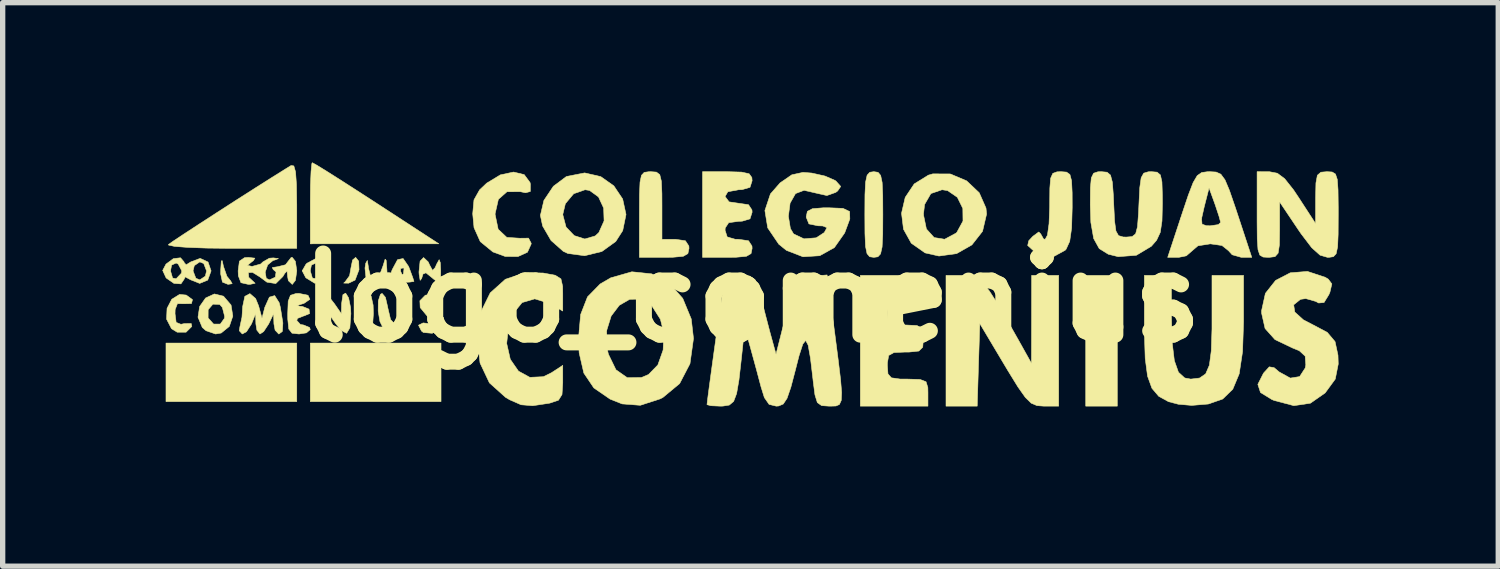
<source format=kicad_pcb>
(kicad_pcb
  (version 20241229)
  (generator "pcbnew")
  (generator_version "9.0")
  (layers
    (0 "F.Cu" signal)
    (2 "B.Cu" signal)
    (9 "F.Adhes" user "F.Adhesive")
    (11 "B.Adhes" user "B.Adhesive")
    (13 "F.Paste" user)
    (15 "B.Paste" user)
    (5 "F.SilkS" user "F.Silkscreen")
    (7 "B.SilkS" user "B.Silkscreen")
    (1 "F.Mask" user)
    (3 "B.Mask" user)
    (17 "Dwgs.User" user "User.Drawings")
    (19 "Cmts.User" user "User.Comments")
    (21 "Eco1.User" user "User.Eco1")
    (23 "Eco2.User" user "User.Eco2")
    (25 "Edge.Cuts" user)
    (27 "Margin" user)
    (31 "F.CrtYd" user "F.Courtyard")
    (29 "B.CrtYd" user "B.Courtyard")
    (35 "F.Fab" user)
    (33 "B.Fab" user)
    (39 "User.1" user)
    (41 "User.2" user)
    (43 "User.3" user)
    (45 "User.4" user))
  (footprint "logo_comenius"
    (layer "F.Cu")
    (at 11.074 2.545)
    (property "Reference" "logo_comenius" (at 0 0 0) (layer "F.SilkS") (effects (font (size 1.524 1.524) (thickness 0.3))))
    (attr through_hole)
    (fp_poly (pts (xy -8.551 1.947) (xy -11.007 1.947) (xy -11.007 0.847) (xy -8.551 0.847) (xy -8.551 1.947)) (stroke (width 0.01) (type solid)) (fill yes) (layer "F.SilkS"))
    (fp_poly (pts (xy -5.842 1.947) (xy -8.297 1.947) (xy -8.297 0.847) (xy -5.842 0.847) (xy -5.842 1.947)) (stroke (width 0.01) (type solid)) (fill yes) (layer "F.SilkS"))
    (fp_poly (pts (xy 6.858 2.032) (xy 6.265 2.032) (xy 6.265 -0.423) (xy 6.858 -0.423) (xy 6.858 2.032)) (stroke (width 0.01) (type solid)) (fill yes) (layer "F.SilkS"))
    (fp_poly (pts (xy -9.928 -0.593) (xy -9.863 -0.407) (xy -9.792 -0.319) (xy -9.764 -0.267) (xy -9.842 -0.255) (xy -9.947 -0.297) (xy -9.98 -0.451) (xy -9.979 -0.529) (xy -9.968 -0.695) (xy -9.951 -0.7) (xy -9.928 -0.593)) (stroke (width 0.01) (type solid)) (fill yes) (layer "F.SilkS"))
    (fp_poly (pts (xy -7.388 -0.69) (xy -7.382 -0.53) (xy -7.456 -0.335) (xy -7.578 -0.277) (xy -7.67 -0.279) (xy -7.641 -0.305) (xy -7.559 -0.418) (xy -7.535 -0.557) (xy -7.503 -0.713) (xy -7.445 -0.762) (xy -7.388 -0.69)) (stroke (width 0.01) (type solid)) (fill yes) (layer "F.SilkS"))
    (fp_poly (pts (xy -7.155 -0.035) (xy -7.117 0.135) (xy -7.112 0.296) (xy -7.129 0.547) (xy -7.185 0.662) (xy -7.239 0.677) (xy -7.323 0.627) (xy -7.361 0.458) (xy -7.366 0.296) (xy -7.349 0.045) (xy -7.293 -0.069) (xy -7.239 -0.085) (xy -7.155 -0.035)) (stroke (width 0.01) (type solid)) (fill yes) (layer "F.SilkS"))
    (fp_poly (pts (xy -8.18 -2.496) (xy -7.983 -2.375) (xy -7.693 -2.191) (xy -7.335 -1.961) (xy -7.054 -1.779) (xy -5.884 -1.017) (xy -7.091 -1.017) (xy -8.297 -1.016) (xy -8.297 -1.778) (xy -8.294 -2.114) (xy -8.283 -2.374) (xy -8.268 -2.521) (xy -8.26 -2.54) (xy -8.18 -2.496)) (stroke (width 0.01) (type solid)) (fill yes) (layer "F.SilkS"))
    (fp_poly (pts (xy -10.627 -0.054) (xy -10.509 0.032) (xy -10.529 0.106) (xy -10.668 0.109) (xy -10.792 0.107) (xy -10.835 0.218) (xy -10.837 0.296) (xy -10.816 0.459) (xy -10.726 0.495) (xy -10.663 0.482) (xy -10.533 0.48) (xy -10.522 0.536) (xy -10.63 0.643) (xy -10.797 0.643) (xy -10.903 0.578) (xy -10.996 0.398) (xy -10.987 0.196) (xy -10.898 0.024) (xy -10.752 -0.066) (xy -10.627 -0.054)) (stroke (width 0.01) (type solid)) (fill yes) (layer "F.SilkS"))
    (fp_poly (pts (xy -6.083 -0.677) (xy -6.054 -0.614) (xy -6.001 -0.517) (xy -5.952 -0.57) (xy -5.924 -0.635) (xy -5.877 -0.719) (xy -5.855 -0.661) (xy -5.848 -0.516) (xy -5.85 -0.328) (xy -5.888 -0.284) (xy -5.987 -0.359) (xy -6.004 -0.374) (xy -6.125 -0.472) (xy -6.18 -0.449) (xy -6.206 -0.366) (xy -6.234 -0.33) (xy -6.253 -0.443) (xy -6.256 -0.487) (xy -6.235 -0.691) (xy -6.17 -0.759) (xy -6.083 -0.677)) (stroke (width 0.01) (type solid)) (fill yes) (layer "F.SilkS"))
    (fp_poly (pts (xy 2.365 -2.359) (xy 2.414 -2.301) (xy 2.442 -2.167) (xy 2.453 -1.925) (xy 2.455 -1.566) (xy 2.453 -1.192) (xy 2.441 -0.957) (xy 2.412 -0.827) (xy 2.362 -0.773) (xy 2.286 -0.762) (xy 2.207 -0.774) (xy 2.158 -0.832) (xy 2.13 -0.966) (xy 2.119 -1.208) (xy 2.117 -1.566) (xy 2.119 -1.94) (xy 2.131 -2.176) (xy 2.16 -2.306) (xy 2.21 -2.36) (xy 2.286 -2.371) (xy 2.365 -2.359)) (stroke (width 0.01) (type solid)) (fill yes) (layer "F.SilkS"))
    (fp_poly (pts (xy -8.606 -2.479) (xy -8.574 -2.368) (xy -8.557 -2.132) (xy -8.551 -1.748) (xy -8.551 -1.741) (xy -8.551 -0.931) (xy -9.796 -0.931) (xy -10.24 -0.936) (xy -10.598 -0.949) (xy -10.846 -0.968) (xy -10.959 -0.993) (xy -10.96 -1.004) (xy -10.871 -1.067) (xy -10.669 -1.201) (xy -10.384 -1.387) (xy -10.046 -1.606) (xy -9.686 -1.838) (xy -9.333 -2.063) (xy -9.017 -2.263) (xy -8.769 -2.418) (xy -8.657 -2.487) (xy -8.606 -2.479)) (stroke (width 0.01) (type solid)) (fill yes) (layer "F.SilkS"))
    (fp_poly (pts (xy -8.041 -0.701) (xy -7.971 -0.552) (xy -7.974 -0.488) (xy -8.06 -0.317) (xy -8.214 -0.276) (xy -8.379 -0.378) (xy -8.383 -0.382) (xy -8.448 -0.508) (xy -8.297 -0.508) (xy -8.258 -0.374) (xy -8.191 -0.36) (xy -8.093 -0.464) (xy -8.086 -0.508) (xy -8.152 -0.635) (xy -8.191 -0.656) (xy -8.276 -0.617) (xy -8.297 -0.508) (xy -8.448 -0.508) (xy -8.449 -0.509) (xy -8.38 -0.63) (xy -8.36 -0.651) (xy -8.189 -0.742) (xy -8.041 -0.701)) (stroke (width 0.01) (type solid)) (fill yes) (layer "F.SilkS"))
    (fp_poly (pts (xy -7.578 -0.002) (xy -7.541 0.179) (xy -7.535 0.296) (xy -7.554 0.561) (xy -7.615 0.664) (xy -7.721 0.607) (xy -7.817 0.487) (xy -7.95 0.296) (xy -7.954 0.487) (xy -7.98 0.655) (xy -8.03 0.683) (xy -8.085 0.595) (xy -8.122 0.413) (xy -8.128 0.296) (xy -8.109 0.031) (xy -8.048 -0.071) (xy -7.942 -0.015) (xy -7.846 0.106) (xy -7.714 0.296) (xy -7.709 0.106) (xy -7.684 -0.062) (xy -7.633 -0.09) (xy -7.578 -0.002)) (stroke (width 0.01) (type solid)) (fill yes) (layer "F.SilkS"))
    (fp_poly (pts (xy -1.797 -2.363) (xy -1.734 -2.315) (xy -1.704 -2.192) (xy -1.694 -1.959) (xy -1.693 -1.736) (xy -1.693 -1.101) (xy -1.439 -1.101) (xy -1.253 -1.074) (xy -1.188 -0.975) (xy -1.185 -0.931) (xy -1.206 -0.833) (xy -1.293 -0.782) (xy -1.488 -0.764) (xy -1.651 -0.762) (xy -2.117 -0.762) (xy -2.117 -1.566) (xy -2.115 -1.939) (xy -2.105 -2.174) (xy -2.078 -2.303) (xy -2.026 -2.358) (xy -1.941 -2.37) (xy -1.905 -2.371) (xy -1.797 -2.363)) (stroke (width 0.01) (type solid)) (fill yes) (layer "F.SilkS"))
    (fp_poly (pts (xy -6.462 -0.008) (xy -6.447 0.195) (xy -6.451 0.275) (xy -6.486 0.514) (xy -6.56 0.629) (xy -6.647 0.659) (xy -6.838 0.632) (xy -6.922 0.579) (xy -6.989 0.444) (xy -7.022 0.248) (xy -7.02 0.055) (xy -6.979 -0.069) (xy -6.948 -0.085) (xy -6.886 -0.011) (xy -6.844 0.169) (xy -6.842 0.184) (xy -6.789 0.406) (xy -6.71 0.49) (xy -6.637 0.432) (xy -6.604 0.226) (xy -6.604 0.219) (xy -6.582 0.02) (xy -6.528 -0.081) (xy -6.514 -0.085) (xy -6.462 -0.008)) (stroke (width 0.01) (type solid)) (fill yes) (layer "F.SilkS"))
    (fp_poly (pts (xy -5.87 -0.034) (xy -5.842 0.04) (xy -5.9 0.126) (xy -5.99 0.116) (xy -6.051 0.118) (xy -5.968 0.207) (xy -5.931 0.238) (xy -5.796 0.37) (xy -5.787 0.472) (xy -5.835 0.542) (xy -6.006 0.664) (xy -6.173 0.649) (xy -6.209 0.621) (xy -6.265 0.512) (xy -6.178 0.469) (xy -6.075 0.481) (xy -5.95 0.504) (xy -5.95 0.474) (xy -6.079 0.364) (xy -6.088 0.357) (xy -6.233 0.181) (xy -6.239 0.053) (xy -6.137 -0.051) (xy -5.99 -0.081) (xy -5.87 -0.034)) (stroke (width 0.01) (type solid)) (fill yes) (layer "F.SilkS"))
    (fp_poly (pts (xy -9.927 -0.033) (xy -9.785 0.133) (xy -9.752 0.341) (xy -9.818 0.535) (xy -9.971 0.659) (xy -10.075 0.677) (xy -10.254 0.616) (xy -10.325 0.555) (xy -10.4 0.375) (xy -10.216 0.375) (xy -10.216 0.375) (xy -10.113 0.491) (xy -9.987 0.491) (xy -9.909 0.382) (xy -9.906 0.344) (xy -9.948 0.179) (xy -9.998 0.122) (xy -10.126 0.117) (xy -10.215 0.221) (xy -10.216 0.375) (xy -10.4 0.375) (xy -10.406 0.361) (xy -10.375 0.161) (xy -10.263 0.001) (xy -10.098 -0.075) (xy -9.927 -0.033)) (stroke (width 0.01) (type solid)) (fill yes) (layer "F.SilkS"))
    (fp_poly (pts (xy 4.097 -0.415) (xy 4.214 -0.378) (xy 4.328 -0.289) (xy 4.457 -0.128) (xy 4.62 0.125) (xy 4.833 0.493) (xy 5.009 0.804) (xy 5.246 1.228) (xy 5.248 0.402) (xy 5.249 -0.423) (xy 5.757 -0.423) (xy 5.757 2.032) (xy 5.479 2.032) (xy 5.349 2.022) (xy 5.241 1.976) (xy 5.13 1.867) (xy 4.991 1.67) (xy 4.799 1.358) (xy 4.738 1.256) (xy 4.276 0.481) (xy 4.251 1.256) (xy 4.227 2.032) (xy 3.641 2.032) (xy 3.641 -0.423) (xy 3.959 -0.423) (xy 4.097 -0.415)) (stroke (width 0.01) (type solid)) (fill yes) (layer "F.SilkS"))
    (fp_poly (pts (xy -8.34 -0.05) (xy -8.305 0.026) (xy -8.417 0.103) (xy -8.445 0.111) (xy -8.55 0.143) (xy -8.49 0.156) (xy -8.445 0.16) (xy -8.321 0.21) (xy -8.309 0.293) (xy -8.419 0.339) (xy -8.424 0.339) (xy -8.537 0.384) (xy -8.551 0.423) (xy -8.483 0.498) (xy -8.424 0.508) (xy -8.312 0.554) (xy -8.297 0.593) (xy -8.37 0.656) (xy -8.509 0.677) (xy -8.64 0.662) (xy -8.701 0.584) (xy -8.72 0.399) (xy -8.721 0.296) (xy -8.712 0.061) (xy -8.669 -0.05) (xy -8.566 -0.083) (xy -8.509 -0.085) (xy -8.34 -0.05)) (stroke (width 0.01) (type solid)) (fill yes) (layer "F.SilkS"))
    (fp_poly (pts (xy -4.28 -2.316) (xy -4.17 -2.167) (xy -4.164 -2.135) (xy -4.165 -1.999) (xy -4.255 -1.975) (xy -4.355 -1.996) (xy -4.604 -1.994) (xy -4.765 -1.852) (xy -4.826 -1.583) (xy -4.826 -1.566) (xy -4.769 -1.29) (xy -4.607 -1.137) (xy -4.361 -1.121) (xy -4.199 -1.123) (xy -4.149 -1.028) (xy -4.149 -1.013) (xy -4.219 -0.858) (xy -4.398 -0.777) (xy -4.636 -0.779) (xy -4.868 -0.864) (xy -5.105 -1.058) (xy -5.222 -1.319) (xy -5.247 -1.58) (xy -5.223 -1.842) (xy -5.118 -2.029) (xy -4.984 -2.156) (xy -4.728 -2.311) (xy -4.479 -2.364) (xy -4.28 -2.316)) (stroke (width 0.01) (type solid)) (fill yes) (layer "F.SilkS"))
    (fp_poly (pts (xy 5.905 -2.363) (xy 5.968 -2.318) (xy 5.999 -2.201) (xy 6.01 -1.976) (xy 6.011 -1.699) (xy 6 -1.313) (xy 5.964 -1.063) (xy 5.897 -0.916) (xy 5.878 -0.895) (xy 5.654 -0.773) (xy 5.402 -0.814) (xy 5.287 -0.884) (xy 5.175 -0.985) (xy 5.195 -1.074) (xy 5.271 -1.156) (xy 5.383 -1.239) (xy 5.419 -1.203) (xy 5.473 -1.107) (xy 5.503 -1.101) (xy 5.546 -1.179) (xy 5.576 -1.393) (xy 5.588 -1.706) (xy 5.588 -1.736) (xy 5.591 -2.059) (xy 5.606 -2.248) (xy 5.647 -2.339) (xy 5.725 -2.368) (xy 5.8 -2.371) (xy 5.905 -2.363)) (stroke (width 0.01) (type solid)) (fill yes) (layer "F.SilkS"))
    (fp_poly (pts (xy -9.324 0.011) (xy -9.268 0.148) (xy -9.204 0.381) (xy -9.151 0.176) (xy -9.065 -0.015) (xy -8.966 -0.044) (xy -8.881 0.09) (xy -8.859 0.177) (xy -8.812 0.47) (xy -8.821 0.628) (xy -8.886 0.677) (xy -8.89 0.677) (xy -8.958 0.605) (xy -8.98 0.487) (xy -8.986 0.296) (xy -9.078 0.487) (xy -9.173 0.632) (xy -9.242 0.677) (xy -9.3 0.605) (xy -9.319 0.487) (xy -9.324 0.296) (xy -9.401 0.487) (xy -9.495 0.634) (xy -9.574 0.677) (xy -9.631 0.615) (xy -9.619 0.543) (xy -9.58 0.361) (xy -9.567 0.162) (xy -9.526 -0.03) (xy -9.431 -0.081) (xy -9.324 0.011)) (stroke (width 0.01) (type solid)) (fill yes) (layer "F.SilkS"))
    (fp_poly (pts (xy 7.874 0.333) (xy 7.887 0.829) (xy 7.929 1.177) (xy 8.006 1.395) (xy 8.124 1.503) (xy 8.236 1.524) (xy 8.403 1.504) (xy 8.517 1.426) (xy 8.587 1.264) (xy 8.623 0.992) (xy 8.636 0.584) (xy 8.636 0.449) (xy 8.636 -0.423) (xy 9.229 -0.423) (xy 9.229 0.445) (xy 9.21 1.008) (xy 9.147 1.425) (xy 9.026 1.715) (xy 8.837 1.898) (xy 8.567 1.992) (xy 8.255 2.018) (xy 8.003 1.996) (xy 7.82 1.948) (xy 7.636 1.847) (xy 7.508 1.696) (xy 7.426 1.469) (xy 7.382 1.137) (xy 7.367 0.672) (xy 7.366 0.531) (xy 7.366 -0.423) (xy 7.874 -0.423) (xy 7.874 0.333)) (stroke (width 0.01) (type solid)) (fill yes) (layer "F.SilkS"))
    (fp_poly (pts (xy -0.197 -2.363) (xy -0.056 -2.332) (xy -0.005 -2.261) (xy 0 -2.201) (xy -0.04 -2.077) (xy -0.188 -2.034) (xy -0.254 -2.032) (xy -0.456 -1.994) (xy -0.508 -1.905) (xy -0.432 -1.804) (xy -0.254 -1.778) (xy -0.068 -1.751) (xy -0.003 -1.652) (xy 0 -1.609) (xy -0.04 -1.485) (xy -0.188 -1.441) (xy -0.254 -1.439) (xy -0.44 -1.413) (xy -0.505 -1.314) (xy -0.508 -1.27) (xy -0.468 -1.146) (xy -0.32 -1.102) (xy -0.254 -1.101) (xy -0.068 -1.074) (xy -0.003 -0.975) (xy 0 -0.931) (xy -0.02 -0.833) (xy -0.108 -0.782) (xy -0.302 -0.764) (xy -0.466 -0.762) (xy -0.931 -0.762) (xy -0.931 -2.371) (xy -0.466 -2.371) (xy -0.197 -2.363)) (stroke (width 0.01) (type solid)) (fill yes) (layer "F.SilkS"))
    (fp_poly (pts (xy 3.723 -2.328) (xy 4.028 -2.199) (xy 4.265 -1.975) (xy 4.392 -1.687) (xy 4.403 -1.575) (xy 4.327 -1.251) (xy 4.127 -0.996) (xy 3.841 -0.833) (xy 3.509 -0.787) (xy 3.248 -0.846) (xy 2.989 -1.028) (xy 2.843 -1.29) (xy 2.809 -1.566) (xy 3.217 -1.566) (xy 3.273 -1.295) (xy 3.418 -1.134) (xy 3.615 -1.102) (xy 3.829 -1.217) (xy 3.846 -1.234) (xy 3.96 -1.444) (xy 3.957 -1.681) (xy 3.854 -1.89) (xy 3.671 -2.016) (xy 3.567 -2.032) (xy 3.357 -1.96) (xy 3.239 -1.755) (xy 3.217 -1.566) (xy 2.809 -1.566) (xy 2.806 -1.591) (xy 2.875 -1.888) (xy 3.044 -2.141) (xy 3.31 -2.306) (xy 3.393 -2.33) (xy 3.723 -2.328)) (stroke (width 0.01) (type solid)) (fill yes) (layer "F.SilkS"))
    (fp_poly (pts (xy -3.926 -0.468) (xy -3.697 -0.426) (xy -3.59 -0.358) (xy -3.558 -0.217) (xy -3.556 -0.083) (xy -3.556 0.246) (xy -3.801 0.105) (xy -4.082 0.017) (xy -4.32 0.087) (xy -4.5 0.309) (xy -4.57 0.501) (xy -4.609 0.854) (xy -4.541 1.153) (xy -4.388 1.374) (xy -4.174 1.491) (xy -3.92 1.479) (xy -3.767 1.404) (xy -3.556 1.266) (xy -3.556 1.596) (xy -3.57 1.814) (xy -3.637 1.921) (xy -3.799 1.975) (xy -3.821 1.979) (xy -4.121 2.024) (xy -4.339 2.006) (xy -4.553 1.912) (xy -4.631 1.866) (xy -4.933 1.595) (xy -5.109 1.222) (xy -5.164 0.745) (xy -5.1 0.275) (xy -4.918 -0.095) (xy -4.634 -0.35) (xy -4.265 -0.474) (xy -3.926 -0.468)) (stroke (width 0.01) (type solid)) (fill yes) (layer "F.SilkS"))
    (fp_poly (pts (xy -2.842 -2.278) (xy -2.597 -2.105) (xy -2.431 -1.858) (xy -2.368 -1.567) (xy -2.43 -1.264) (xy -2.561 -1.06) (xy -2.822 -0.872) (xy -3.145 -0.793) (xy -3.46 -0.835) (xy -3.547 -0.876) (xy -3.776 -1.079) (xy -3.934 -1.351) (xy -3.976 -1.549) (xy -3.972 -1.566) (xy -3.556 -1.566) (xy -3.494 -1.331) (xy -3.34 -1.17) (xy -3.142 -1.107) (xy -2.945 -1.165) (xy -2.878 -1.228) (xy -2.78 -1.447) (xy -2.788 -1.688) (xy -2.885 -1.897) (xy -3.053 -2.019) (xy -3.137 -2.032) (xy -3.351 -1.957) (xy -3.507 -1.77) (xy -3.556 -1.566) (xy -3.972 -1.566) (xy -3.91 -1.831) (xy -3.732 -2.097) (xy -3.492 -2.277) (xy -3.481 -2.282) (xy -3.145 -2.348) (xy -2.842 -2.278)) (stroke (width 0.01) (type solid)) (fill yes) (layer "F.SilkS"))
    (fp_poly (pts (xy -6.451 -0.591) (xy -6.433 -0.545) (xy -6.372 -0.38) (xy -6.35 -0.31) (xy -6.426 -0.298) (xy -6.622 -0.287) (xy -6.78 -0.282) (xy -7.091 -0.299) (xy -7.242 -0.366) (xy -7.252 -0.385) (xy -7.27 -0.561) (xy -7.256 -0.651) (xy -7.226 -0.704) (xy -7.208 -0.593) (xy -7.206 -0.564) (xy -7.162 -0.394) (xy -7.074 -0.368) (xy -6.976 -0.482) (xy -6.932 -0.599) (xy -6.892 -0.728) (xy -6.872 -0.707) (xy -6.86 -0.55) (xy -6.845 -0.296) (xy -6.767 -0.508) (xy -6.604 -0.508) (xy -6.573 -0.438) (xy -6.548 -0.452) (xy -6.537 -0.552) (xy -6.548 -0.564) (xy -6.598 -0.553) (xy -6.604 -0.508) (xy -6.767 -0.508) (xy -6.76 -0.529) (xy -6.658 -0.719) (xy -6.554 -0.74) (xy -6.451 -0.591)) (stroke (width 0.01) (type solid)) (fill yes) (layer "F.SilkS"))
    (fp_poly (pts (xy 3.302 -0.169) (xy 3.291 -0.013) (xy 3.227 0.061) (xy 3.065 0.083) (xy 2.921 0.085) (xy 2.686 0.093) (xy 2.575 0.137) (xy 2.541 0.239) (xy 2.54 0.296) (xy 2.558 0.433) (xy 2.646 0.493) (xy 2.849 0.508) (xy 2.879 0.508) (xy 3.096 0.518) (xy 3.192 0.572) (xy 3.217 0.707) (xy 3.217 0.762) (xy 3.204 0.925) (xy 3.131 0.997) (xy 2.951 1.016) (xy 2.879 1.016) (xy 2.662 1.026) (xy 2.565 1.08) (xy 2.541 1.215) (xy 2.54 1.27) (xy 2.551 1.426) (xy 2.615 1.5) (xy 2.777 1.523) (xy 2.921 1.524) (xy 3.155 1.531) (xy 3.266 1.574) (xy 3.3 1.682) (xy 3.302 1.778) (xy 3.302 2.032) (xy 2.032 2.032) (xy 2.032 -0.423) (xy 3.302 -0.423) (xy 3.302 -0.169)) (stroke (width 0.01) (type solid)) (fill yes) (layer "F.SilkS"))
    (fp_poly (pts (xy 8.714 -2.364) (xy 8.803 -2.323) (xy 8.88 -2.218) (xy 8.963 -2.021) (xy 9.073 -1.702) (xy 9.118 -1.566) (xy 9.383 -0.762) (xy 9.188 -0.762) (xy 9.015 -0.811) (xy 8.944 -0.889) (xy 8.823 -0.985) (xy 8.605 -1.016) (xy 8.372 -0.979) (xy 8.267 -0.889) (xy 8.154 -0.791) (xy 8.011 -0.762) (xy 7.804 -0.762) (xy 8.044 -1.49) (xy 8.44 -1.49) (xy 8.449 -1.386) (xy 8.53 -1.356) (xy 8.603 -1.355) (xy 8.755 -1.377) (xy 8.799 -1.418) (xy 8.768 -1.533) (xy 8.701 -1.735) (xy 8.687 -1.775) (xy 8.581 -2.067) (xy 8.49 -1.711) (xy 8.44 -1.49) (xy 8.044 -1.49) (xy 8.069 -1.566) (xy 8.192 -1.932) (xy 8.282 -2.166) (xy 8.359 -2.297) (xy 8.442 -2.355) (xy 8.55 -2.37) (xy 8.594 -2.371) (xy 8.714 -2.364)) (stroke (width 0.01) (type solid)) (fill yes) (layer "F.SilkS"))
    (fp_poly (pts (xy -1.884 -0.452) (xy -1.558 -0.28) (xy -1.303 0.008) (xy -1.143 0.395) (xy -1.101 0.762) (xy -1.167 1.235) (xy -1.361 1.608) (xy -1.677 1.87) (xy -1.729 1.896) (xy -2.1 2.016) (xy -2.441 1.99) (xy -2.667 1.9) (xy -2.972 1.69) (xy -3.16 1.411) (xy -3.248 1.031) (xy -3.26 0.762) (xy -3.247 0.614) (xy -2.732 0.614) (xy -2.724 0.945) (xy -2.699 1.056) (xy -2.557 1.349) (xy -2.344 1.498) (xy -2.079 1.494) (xy -1.945 1.438) (xy -1.77 1.258) (xy -1.671 0.978) (xy -1.658 0.656) (xy -1.722 0.401) (xy -1.888 0.141) (xy -2.09 0.021) (xy -2.3 0.026) (xy -2.494 0.138) (xy -2.647 0.34) (xy -2.732 0.614) (xy -3.247 0.614) (xy -3.22 0.311) (xy -3.091 -0.02) (xy -2.854 -0.262) (xy -2.654 -0.378) (xy -2.258 -0.491) (xy -1.884 -0.452)) (stroke (width 0.01) (type solid)) (fill yes) (layer "F.SilkS"))
    (fp_poly (pts (xy -10.668 -0.677) (xy -10.668 -0.667) (xy -10.628 -0.622) (xy -10.542 -0.676) (xy -10.365 -0.743) (xy -10.217 -0.674) (xy -10.16 -0.508) (xy -10.223 -0.335) (xy -10.374 -0.273) (xy -10.542 -0.34) (xy -10.646 -0.396) (xy -10.668 -0.349) (xy -10.726 -0.264) (xy -10.857 -0.273) (xy -10.998 -0.371) (xy -11.007 -0.381) (xy -11.065 -0.508) (xy -10.922 -0.508) (xy -10.883 -0.374) (xy -10.816 -0.36) (xy -10.718 -0.464) (xy -10.71 -0.508) (xy -10.499 -0.508) (xy -10.446 -0.37) (xy -10.372 -0.339) (xy -10.268 -0.409) (xy -10.245 -0.508) (xy -10.298 -0.646) (xy -10.372 -0.677) (xy -10.475 -0.607) (xy -10.499 -0.508) (xy -10.71 -0.508) (xy -10.777 -0.635) (xy -10.816 -0.656) (xy -10.901 -0.617) (xy -10.922 -0.508) (xy -11.065 -0.508) (xy -11.069 -0.517) (xy -11.007 -0.635) (xy -10.868 -0.738) (xy -10.734 -0.754) (xy -10.668 -0.677)) (stroke (width 0.01) (type solid)) (fill yes) (layer "F.SilkS"))
    (fp_poly (pts (xy 7.605 -2.362) (xy 7.667 -2.31) (xy 7.696 -2.179) (xy 7.704 -1.931) (xy 7.705 -1.774) (xy 7.697 -1.445) (xy 7.665 -1.232) (xy 7.596 -1.084) (xy 7.497 -0.97) (xy 7.215 -0.801) (xy 6.875 -0.775) (xy 6.689 -0.821) (xy 6.519 -0.926) (xy 6.414 -1.116) (xy 6.361 -1.42) (xy 6.35 -1.752) (xy 6.353 -2.07) (xy 6.37 -2.255) (xy 6.413 -2.342) (xy 6.494 -2.369) (xy 6.558 -2.371) (xy 6.666 -2.361) (xy 6.73 -2.307) (xy 6.765 -2.174) (xy 6.784 -1.924) (xy 6.791 -1.757) (xy 6.807 -1.44) (xy 6.832 -1.257) (xy 6.881 -1.17) (xy 6.967 -1.145) (xy 7.027 -1.143) (xy 7.137 -1.152) (xy 7.202 -1.204) (xy 7.237 -1.336) (xy 7.256 -1.582) (xy 7.264 -1.757) (xy 7.28 -2.073) (xy 7.306 -2.257) (xy 7.354 -2.343) (xy 7.44 -2.369) (xy 7.497 -2.371) (xy 7.605 -2.362)) (stroke (width 0.01) (type solid)) (fill yes) (layer "F.SilkS"))
    (fp_poly (pts (xy 10.893 -2.365) (xy 10.955 -2.327) (xy 10.989 -2.225) (xy 11.003 -2.028) (xy 11.007 -1.702) (xy 11.007 -1.566) (xy 11.005 -1.194) (xy 10.995 -0.959) (xy 10.967 -0.829) (xy 10.916 -0.775) (xy 10.832 -0.762) (xy 10.806 -0.762) (xy 10.666 -0.803) (xy 10.51 -0.942) (xy 10.311 -1.203) (xy 10.256 -1.283) (xy 9.906 -1.804) (xy 9.906 -1.283) (xy 9.902 -0.997) (xy 9.878 -0.841) (xy 9.82 -0.776) (xy 9.711 -0.762) (xy 9.694 -0.762) (xy 9.596 -0.768) (xy 9.534 -0.805) (xy 9.5 -0.907) (xy 9.486 -1.105) (xy 9.483 -1.43) (xy 9.483 -1.566) (xy 9.483 -2.371) (xy 9.716 -2.37) (xy 9.863 -2.342) (xy 10.001 -2.239) (xy 10.166 -2.031) (xy 10.265 -1.883) (xy 10.581 -1.397) (xy 10.582 -1.884) (xy 10.588 -2.158) (xy 10.615 -2.304) (xy 10.681 -2.361) (xy 10.795 -2.371) (xy 10.893 -2.365)) (stroke (width 0.01) (type solid)) (fill yes) (layer "F.SilkS"))
    (fp_poly (pts (xy 1.121 -2.345) (xy 1.369 -2.289) (xy 1.557 -2.207) (xy 1.577 -2.192) (xy 1.664 -2.094) (xy 1.607 -2.01) (xy 1.57 -1.982) (xy 1.404 -1.923) (xy 1.188 -1.972) (xy 0.975 -2.021) (xy 0.823 -1.963) (xy 0.811 -1.953) (xy 0.713 -1.78) (xy 0.681 -1.535) (xy 0.719 -1.303) (xy 0.779 -1.202) (xy 0.974 -1.11) (xy 1.203 -1.129) (xy 1.355 -1.228) (xy 1.406 -1.32) (xy 1.326 -1.352) (xy 1.238 -1.355) (xy 1.067 -1.39) (xy 1.016 -1.517) (xy 1.016 -1.524) (xy 1.038 -1.626) (xy 1.133 -1.676) (xy 1.341 -1.693) (xy 1.439 -1.693) (xy 1.707 -1.682) (xy 1.831 -1.623) (xy 1.835 -1.483) (xy 1.74 -1.226) (xy 1.74 -1.224) (xy 1.545 -0.946) (xy 1.27 -0.793) (xy 0.956 -0.773) (xy 0.645 -0.893) (xy 0.501 -1.009) (xy 0.293 -1.316) (xy 0.24 -1.641) (xy 0.344 -1.953) (xy 0.525 -2.16) (xy 0.745 -2.312) (xy 0.956 -2.358) (xy 1.121 -2.345)) (stroke (width 0.01) (type solid)) (fill yes) (layer "F.SilkS"))
    (fp_poly (pts (xy 10.762 -0.388) (xy 10.82 -0.353) (xy 10.887 -0.263) (xy 10.851 -0.109) (xy 10.831 -0.062) (xy 10.74 0.086) (xy 10.639 0.095) (xy 10.584 0.065) (xy 10.398 0.012) (xy 10.298 0.026) (xy 10.17 0.129) (xy 10.191 0.265) (xy 10.352 0.411) (xy 10.529 0.503) (xy 10.801 0.647) (xy 10.947 0.82) (xy 11.002 1.076) (xy 11.007 1.241) (xy 10.951 1.524) (xy 10.763 1.781) (xy 10.759 1.785) (xy 10.484 1.977) (xy 10.173 2.023) (xy 9.8 1.924) (xy 9.758 1.906) (xy 9.547 1.776) (xy 9.497 1.623) (xy 9.6 1.419) (xy 9.611 1.404) (xy 9.712 1.294) (xy 9.802 1.309) (xy 9.898 1.39) (xy 10.106 1.505) (xy 10.282 1.477) (xy 10.387 1.315) (xy 10.398 1.258) (xy 10.386 1.093) (xy 10.275 0.991) (xy 10.149 0.94) (xy 9.819 0.782) (xy 9.633 0.574) (xy 9.568 0.287) (xy 9.567 0.241) (xy 9.639 -0.086) (xy 9.831 -0.329) (xy 10.106 -0.472) (xy 10.428 -0.498) (xy 10.762 -0.388)) (stroke (width 0.01) (type solid)) (fill yes) (layer "F.SilkS"))
    (fp_poly (pts (xy -8.577 -0.688) (xy -8.551 -0.511) (xy -8.551 -0.508) (xy -8.576 -0.33) (xy -8.635 -0.254) (xy -8.636 -0.254) (xy -8.709 -0.324) (xy -8.723 -0.402) (xy -8.733 -0.505) (xy -8.778 -0.46) (xy -8.812 -0.402) (xy -8.945 -0.27) (xy -9.111 -0.296) (xy -9.244 -0.395) (xy -9.382 -0.48) (xy -9.46 -0.475) (xy -9.453 -0.387) (xy -9.396 -0.335) (xy -9.333 -0.276) (xy -9.423 -0.256) (xy -9.461 -0.255) (xy -9.599 -0.286) (xy -9.648 -0.415) (xy -9.652 -0.508) (xy -9.628 -0.691) (xy -9.532 -0.756) (xy -9.461 -0.761) (xy -9.338 -0.747) (xy -9.368 -0.698) (xy -9.398 -0.677) (xy -9.477 -0.612) (xy -9.401 -0.594) (xy -9.382 -0.594) (xy -9.229 -0.637) (xy -9.186 -0.677) (xy -9.066 -0.746) (xy -8.991 -0.752) (xy -8.895 -0.739) (xy -8.963 -0.712) (xy -8.996 -0.704) (xy -9.097 -0.621) (xy -9.144 -0.485) (xy -9.124 -0.369) (xy -9.064 -0.339) (xy -8.954 -0.39) (xy -8.94 -0.487) (xy -8.995 -0.536) (xy -9.01 -0.571) (xy -8.911 -0.586) (xy -8.762 -0.623) (xy -8.721 -0.677) (xy -8.656 -0.76) (xy -8.636 -0.762) (xy -8.577 -0.688)) (stroke (width 0.01) (type solid)) (fill yes) (layer "F.SilkS"))
    (fp_poly (pts (xy 1.551 0.656) (xy 1.617 1.166) (xy 1.661 1.531) (xy 1.681 1.776) (xy 1.674 1.924) (xy 1.639 2.001) (xy 1.575 2.029) (xy 1.478 2.032) (xy 1.445 2.032) (xy 1.305 2.022) (xy 1.225 1.965) (xy 1.18 1.821) (xy 1.145 1.55) (xy 1.145 1.545) (xy 1.096 1.133) (xy 1.052 0.886) (xy 1.006 0.799) (xy 0.952 0.867) (xy 0.881 1.086) (xy 0.818 1.333) (xy 0.728 1.676) (xy 0.656 1.885) (xy 0.585 1.992) (xy 0.498 2.029) (xy 0.453 2.032) (xy 0.319 1.999) (xy 0.23 1.871) (xy 0.168 1.672) (xy 0.082 1.348) (xy -0.013 1.001) (xy -0.032 0.931) (xy -0.139 0.55) (xy -0.202 1.143) (xy -0.247 1.539) (xy -0.291 1.795) (xy -0.347 1.943) (xy -0.429 2.012) (xy -0.549 2.031) (xy -0.598 2.032) (xy -0.774 2.024) (xy -0.847 2.004) (xy -0.836 1.904) (xy -0.806 1.676) (xy -0.763 1.359) (xy -0.713 0.995) (xy -0.661 0.622) (xy -0.612 0.28) (xy -0.572 0.009) (xy -0.548 -0.148) (xy -0.495 -0.338) (xy -0.385 -0.412) (xy -0.218 -0.423) (xy -0.045 -0.411) (xy 0.054 -0.345) (xy 0.122 -0.181) (xy 0.164 -0.021) (xy 0.247 0.307) (xy 0.333 0.636) (xy 0.356 0.72) (xy 0.449 1.058) (xy 0.631 0.339) (xy 0.812 -0.381) (xy 1.408 -0.432) (xy 1.551 0.656)) (stroke (width 0.01) (type solid)) (fill yes) (layer "F.SilkS")))
  (gr_rect
    (start -3 -3)
    (end 25.086 7.582)
    (stroke (width 0.1) (type default))
    (fill no)
    (layer "Edge.Cuts")))
</source>
